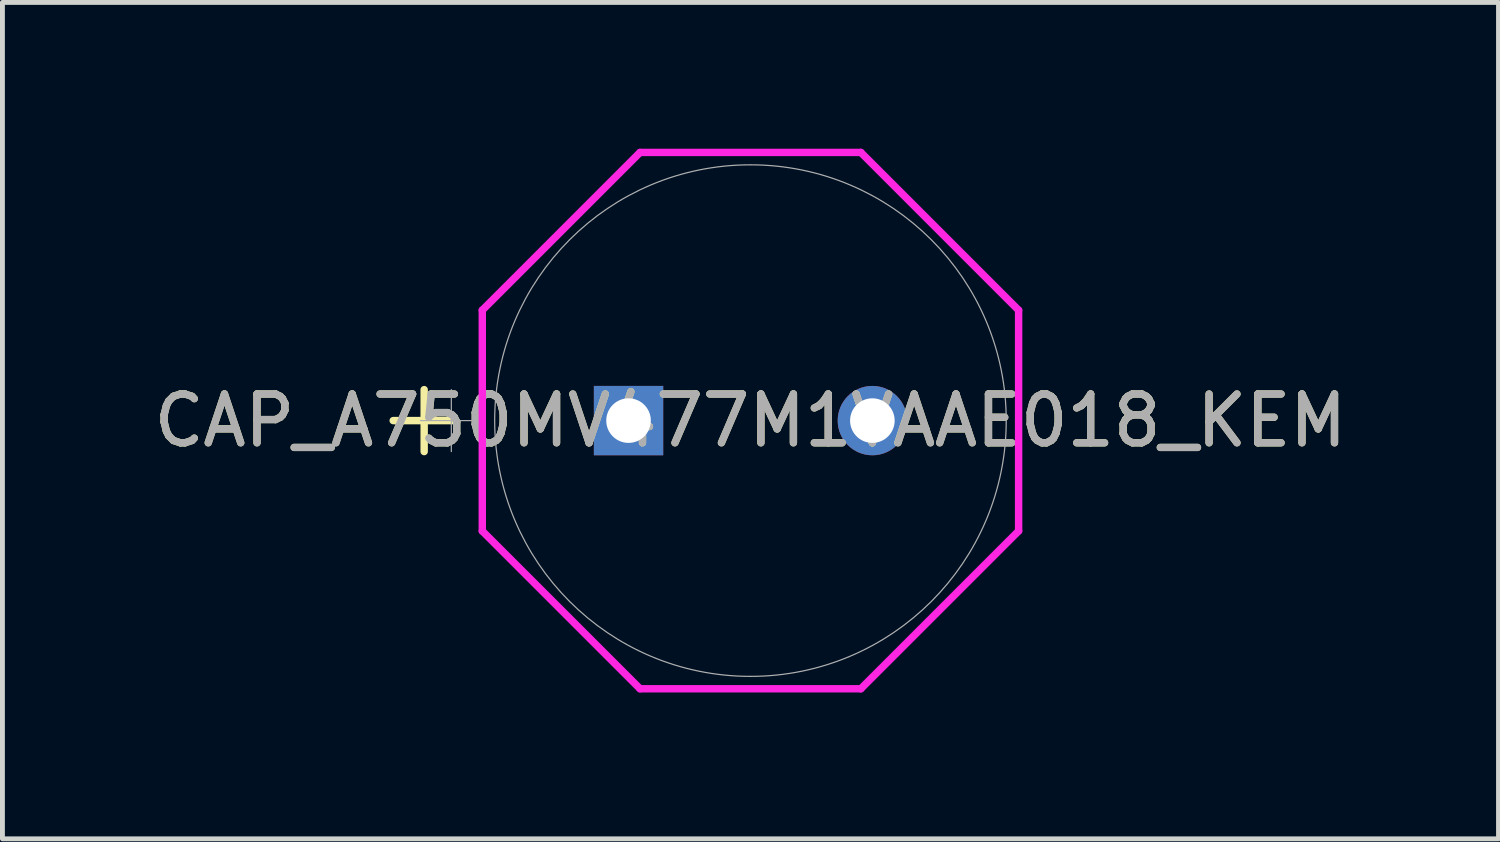
<source format=kicad_pcb>
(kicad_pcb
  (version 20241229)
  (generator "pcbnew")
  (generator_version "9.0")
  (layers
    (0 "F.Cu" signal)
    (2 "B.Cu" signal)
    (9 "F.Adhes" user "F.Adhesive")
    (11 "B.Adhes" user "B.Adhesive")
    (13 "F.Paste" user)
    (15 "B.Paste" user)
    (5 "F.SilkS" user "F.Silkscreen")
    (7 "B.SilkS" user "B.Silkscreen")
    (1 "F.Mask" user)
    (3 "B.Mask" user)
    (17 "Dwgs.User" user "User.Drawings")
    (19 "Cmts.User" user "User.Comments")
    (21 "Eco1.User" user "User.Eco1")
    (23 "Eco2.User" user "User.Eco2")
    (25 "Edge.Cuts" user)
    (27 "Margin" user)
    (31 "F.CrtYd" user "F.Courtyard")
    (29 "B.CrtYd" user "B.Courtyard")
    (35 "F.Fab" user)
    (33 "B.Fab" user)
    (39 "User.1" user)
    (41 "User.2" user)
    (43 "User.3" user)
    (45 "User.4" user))
  (footprint "CAP_A750MV477M1VAAE018_KEM"
    (layer "F.Cu")
    (at 9.839 5.575)
    (property "Reference" "CAP_A750MV477M1VAAE018_KEM" (at 2.5 0 0) (unlocked yes) (layer "F.SilkS") (effects (font (size 1 1) (thickness 0.15))))
    (attr through_hole)
    (fp_line (start -4.826 0) (end -3.556 0) (stroke (width 0.152) (type solid)) (layer "F.SilkS"))
    (fp_line (start -4.191 -0.635) (end -4.191 0.635) (stroke (width 0.152) (type solid)) (layer "F.SilkS"))
    (fp_line (start -2.999 -2.264) (end 0.236 -5.499) (stroke (width 0.152) (type solid)) (layer "F.CrtYd"))
    (fp_line (start -2.999 2.264) (end -2.999 -2.264) (stroke (width 0.152) (type solid)) (layer "F.CrtYd"))
    (fp_line (start 0.236 -5.499) (end 4.764 -5.499) (stroke (width 0.152) (type solid)) (layer "F.CrtYd"))
    (fp_line (start 0.236 5.499) (end -2.999 2.264) (stroke (width 0.152) (type solid)) (layer "F.CrtYd"))
    (fp_line (start 4.764 -5.499) (end 7.999 -2.264) (stroke (width 0.152) (type solid)) (layer "F.CrtYd"))
    (fp_line (start 4.764 5.499) (end 0.236 5.499) (stroke (width 0.152) (type solid)) (layer "F.CrtYd"))
    (fp_line (start 7.999 -2.264) (end 7.999 2.264) (stroke (width 0.152) (type solid)) (layer "F.CrtYd"))
    (fp_line (start 7.999 2.264) (end 4.764 5.499) (stroke (width 0.152) (type solid)) (layer "F.CrtYd"))
    (fp_line (start -4.269 0) (end -2.999 0) (stroke (width 0.025) (type solid)) (layer "F.Fab"))
    (fp_line (start -3.634 -0.635) (end -3.634 0.635) (stroke (width 0.025) (type solid)) (layer "F.Fab"))
    (fp_circle (center 2.5 0) (end 7.745 0) (stroke (width 0.025) (type solid)) (fill no) (layer "F.Fab"))
    (fp_text user "${REFERENCE}" (at 2.5 0 0) (unlocked yes) (layer "F.Fab") (effects (font (size 1 1) (thickness 0.15))))
    (pad "1" thru_hole rect (at 0 0) (size 1.422 1.422) (drill 0.914) (layers "*.Cu" "*.Mask"))
    (pad "2" thru_hole circle (at 5 0) (size 1.422 1.422) (drill 0.914) (layers "*.Cu" "*.Mask")))
  (gr_rect
    (start -3 -3)
    (end 27.679 14.151)
    (stroke (width 0.1) (type default))
    (fill no)
    (layer "Edge.Cuts")))
</source>
